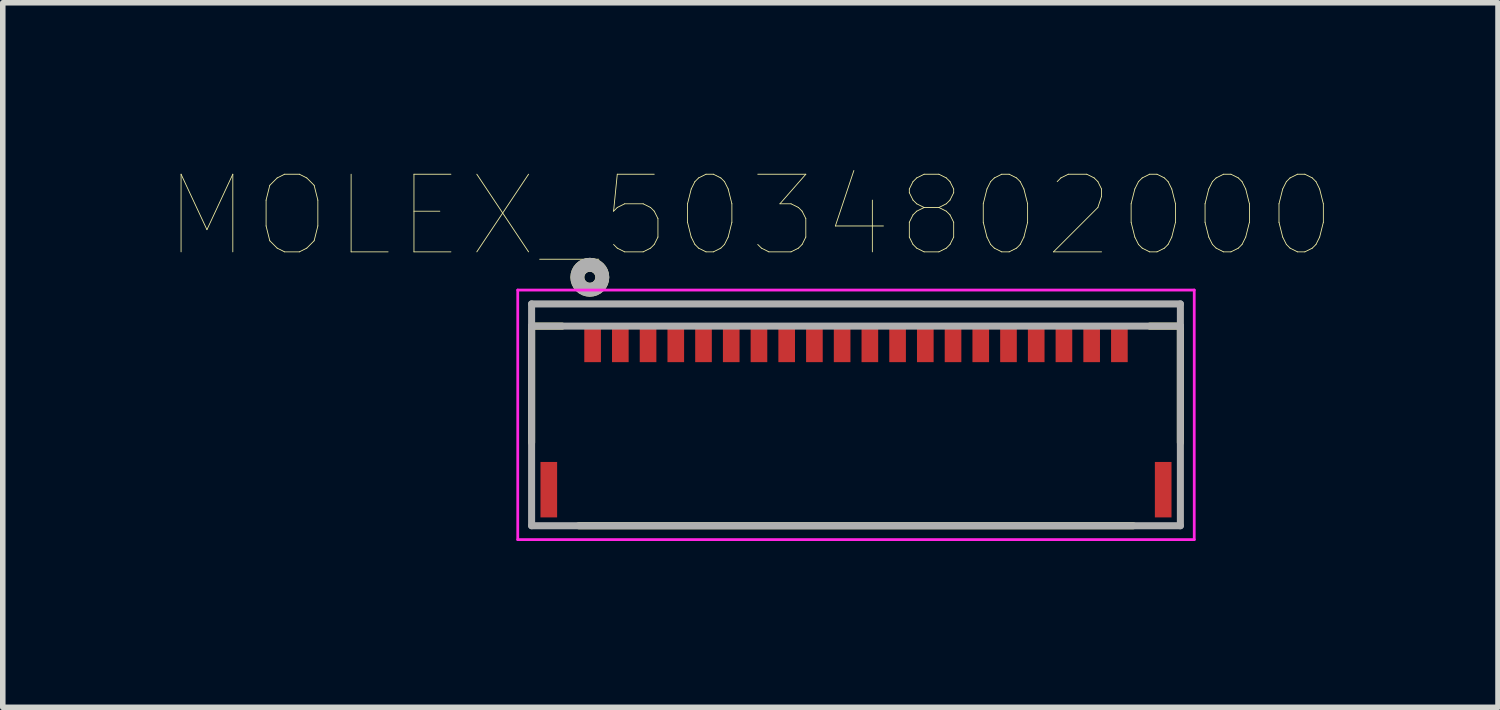
<source format=kicad_pcb>
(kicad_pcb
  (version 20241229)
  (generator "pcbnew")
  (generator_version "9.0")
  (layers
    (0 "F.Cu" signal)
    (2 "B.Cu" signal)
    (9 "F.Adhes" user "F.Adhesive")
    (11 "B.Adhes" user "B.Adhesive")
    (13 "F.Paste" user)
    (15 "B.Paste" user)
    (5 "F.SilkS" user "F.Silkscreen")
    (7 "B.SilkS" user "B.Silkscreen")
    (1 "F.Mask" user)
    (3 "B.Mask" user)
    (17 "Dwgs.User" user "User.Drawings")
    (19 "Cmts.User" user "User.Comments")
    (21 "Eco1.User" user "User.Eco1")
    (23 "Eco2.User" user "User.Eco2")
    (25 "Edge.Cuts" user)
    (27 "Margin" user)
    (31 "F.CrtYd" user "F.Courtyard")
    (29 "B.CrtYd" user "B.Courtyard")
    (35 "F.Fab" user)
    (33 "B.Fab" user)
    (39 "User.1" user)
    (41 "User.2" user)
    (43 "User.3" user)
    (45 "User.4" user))
  (footprint "MOLEX_5034802000"
    (layer "F.Cu")
    (at 12.387 3.131)
    (property "Reference" "MOLEX_5034802000" (at -1.905 -2.286 0) (layer "F.SilkS") (effects (font (size 1.4 1.4) (thickness 0.015))))
    (attr through_hole)
    (fp_line (start -5.85 -0.3) (end -5.85 1.8) (stroke (width 0.127) (type solid)) (layer "F.SilkS"))
    (fp_line (start -5.3 -0.3) (end -5.85 -0.3) (stroke (width 0.127) (type solid)) (layer "F.SilkS"))
    (fp_line (start -5 3.3) (end 5 3.3) (stroke (width 0.127) (type solid)) (layer "F.SilkS"))
    (fp_line (start 5.3 -0.3) (end 5.85 -0.3) (stroke (width 0.127) (type solid)) (layer "F.SilkS"))
    (fp_line (start 5.85 -0.3) (end 5.85 1.8) (stroke (width 0.127) (type solid)) (layer "F.SilkS"))
    (fp_circle (center -4.8 -1.181) (end -4.7 -1.181) (stroke (width 0.25) (type solid)) (fill no) (layer "F.SilkS"))
    (fp_line (start -6.1 -0.95) (end 6.1 -0.95) (stroke (width 0.05) (type solid)) (layer "F.CrtYd"))
    (fp_line (start -6.1 3.55) (end -6.1 -0.95) (stroke (width 0.05) (type solid)) (layer "F.CrtYd"))
    (fp_line (start 6.1 -0.95) (end 6.1 3.55) (stroke (width 0.05) (type solid)) (layer "F.CrtYd"))
    (fp_line (start 6.1 3.55) (end -6.1 3.55) (stroke (width 0.05) (type solid)) (layer "F.CrtYd"))
    (fp_line (start -5.85 -0.3) (end -5.85 -0.7) (stroke (width 0.127) (type solid)) (layer "F.Fab"))
    (fp_line (start -5.85 -0.3) (end -5.85 3.3) (stroke (width 0.127) (type solid)) (layer "F.Fab"))
    (fp_line (start -5.85 3.3) (end 5.85 3.3) (stroke (width 0.127) (type solid)) (layer "F.Fab"))
    (fp_line (start 5.85 -0.7) (end -5.85 -0.7) (stroke (width 0.127) (type solid)) (layer "F.Fab"))
    (fp_line (start 5.85 -0.3) (end -5.85 -0.3) (stroke (width 0.127) (type solid)) (layer "F.Fab"))
    (fp_line (start 5.85 -0.3) (end 5.85 -0.7) (stroke (width 0.127) (type solid)) (layer "F.Fab"))
    (fp_line (start 5.85 3.3) (end 5.85 -0.3) (stroke (width 0.127) (type solid)) (layer "F.Fab"))
    (fp_circle (center -4.8 -1.181) (end -4.7 -1.181) (stroke (width 0.25) (type solid)) (fill no) (layer "F.Fab"))
    (pad "1" smd rect (at -4.75 0) (size 0.3 0.7) (layers "F.Cu" "F.Mask" "F.Paste"))
    (pad "2" smd rect (at -4.25 0) (size 0.3 0.7) (layers "F.Cu" "F.Mask" "F.Paste"))
    (pad "3" smd rect (at -3.75 0) (size 0.3 0.7) (layers "F.Cu" "F.Mask" "F.Paste"))
    (pad "4" smd rect (at -3.25 0) (size 0.3 0.7) (layers "F.Cu" "F.Mask" "F.Paste"))
    (pad "5" smd rect (at -2.75 0) (size 0.3 0.7) (layers "F.Cu" "F.Mask" "F.Paste"))
    (pad "6" smd rect (at -2.25 0) (size 0.3 0.7) (layers "F.Cu" "F.Mask" "F.Paste"))
    (pad "7" smd rect (at -1.75 0) (size 0.3 0.7) (layers "F.Cu" "F.Mask" "F.Paste"))
    (pad "8" smd rect (at -1.25 0) (size 0.3 0.7) (layers "F.Cu" "F.Mask" "F.Paste"))
    (pad "9" smd rect (at -0.75 0) (size 0.3 0.7) (layers "F.Cu" "F.Mask" "F.Paste"))
    (pad "10" smd rect (at -0.25 0) (size 0.3 0.7) (layers "F.Cu" "F.Mask" "F.Paste"))
    (pad "11" smd rect (at 0.25 0) (size 0.3 0.7) (layers "F.Cu" "F.Mask" "F.Paste"))
    (pad "12" smd rect (at 0.75 0) (size 0.3 0.7) (layers "F.Cu" "F.Mask" "F.Paste"))
    (pad "13" smd rect (at 1.25 0) (size 0.3 0.7) (layers "F.Cu" "F.Mask" "F.Paste"))
    (pad "14" smd rect (at 1.75 0) (size 0.3 0.7) (layers "F.Cu" "F.Mask" "F.Paste"))
    (pad "15" smd rect (at 2.25 0) (size 0.3 0.7) (layers "F.Cu" "F.Mask" "F.Paste"))
    (pad "16" smd rect (at 2.75 0) (size 0.3 0.7) (layers "F.Cu" "F.Mask" "F.Paste"))
    (pad "17" smd rect (at 3.25 0) (size 0.3 0.7) (layers "F.Cu" "F.Mask" "F.Paste"))
    (pad "18" smd rect (at 3.75 0) (size 0.3 0.7) (layers "F.Cu" "F.Mask" "F.Paste"))
    (pad "19" smd rect (at 4.25 0) (size 0.3 0.7) (layers "F.Cu" "F.Mask" "F.Paste"))
    (pad "20" smd rect (at 4.75 0) (size 0.3 0.7) (layers "F.Cu" "F.Mask" "F.Paste"))
    (pad "S1" smd rect (at -5.54 2.65) (size 0.3 1) (layers "F.Cu" "F.Mask" "F.Paste"))
    (pad "S2" smd rect (at 5.54 2.65) (size 0.3 1) (layers "F.Cu" "F.Mask" "F.Paste")))
  (gr_rect
    (start -3 -3)
    (end 23.965 9.706)
    (stroke (width 0.1) (type default))
    (fill no)
    (layer "Edge.Cuts")))
</source>
